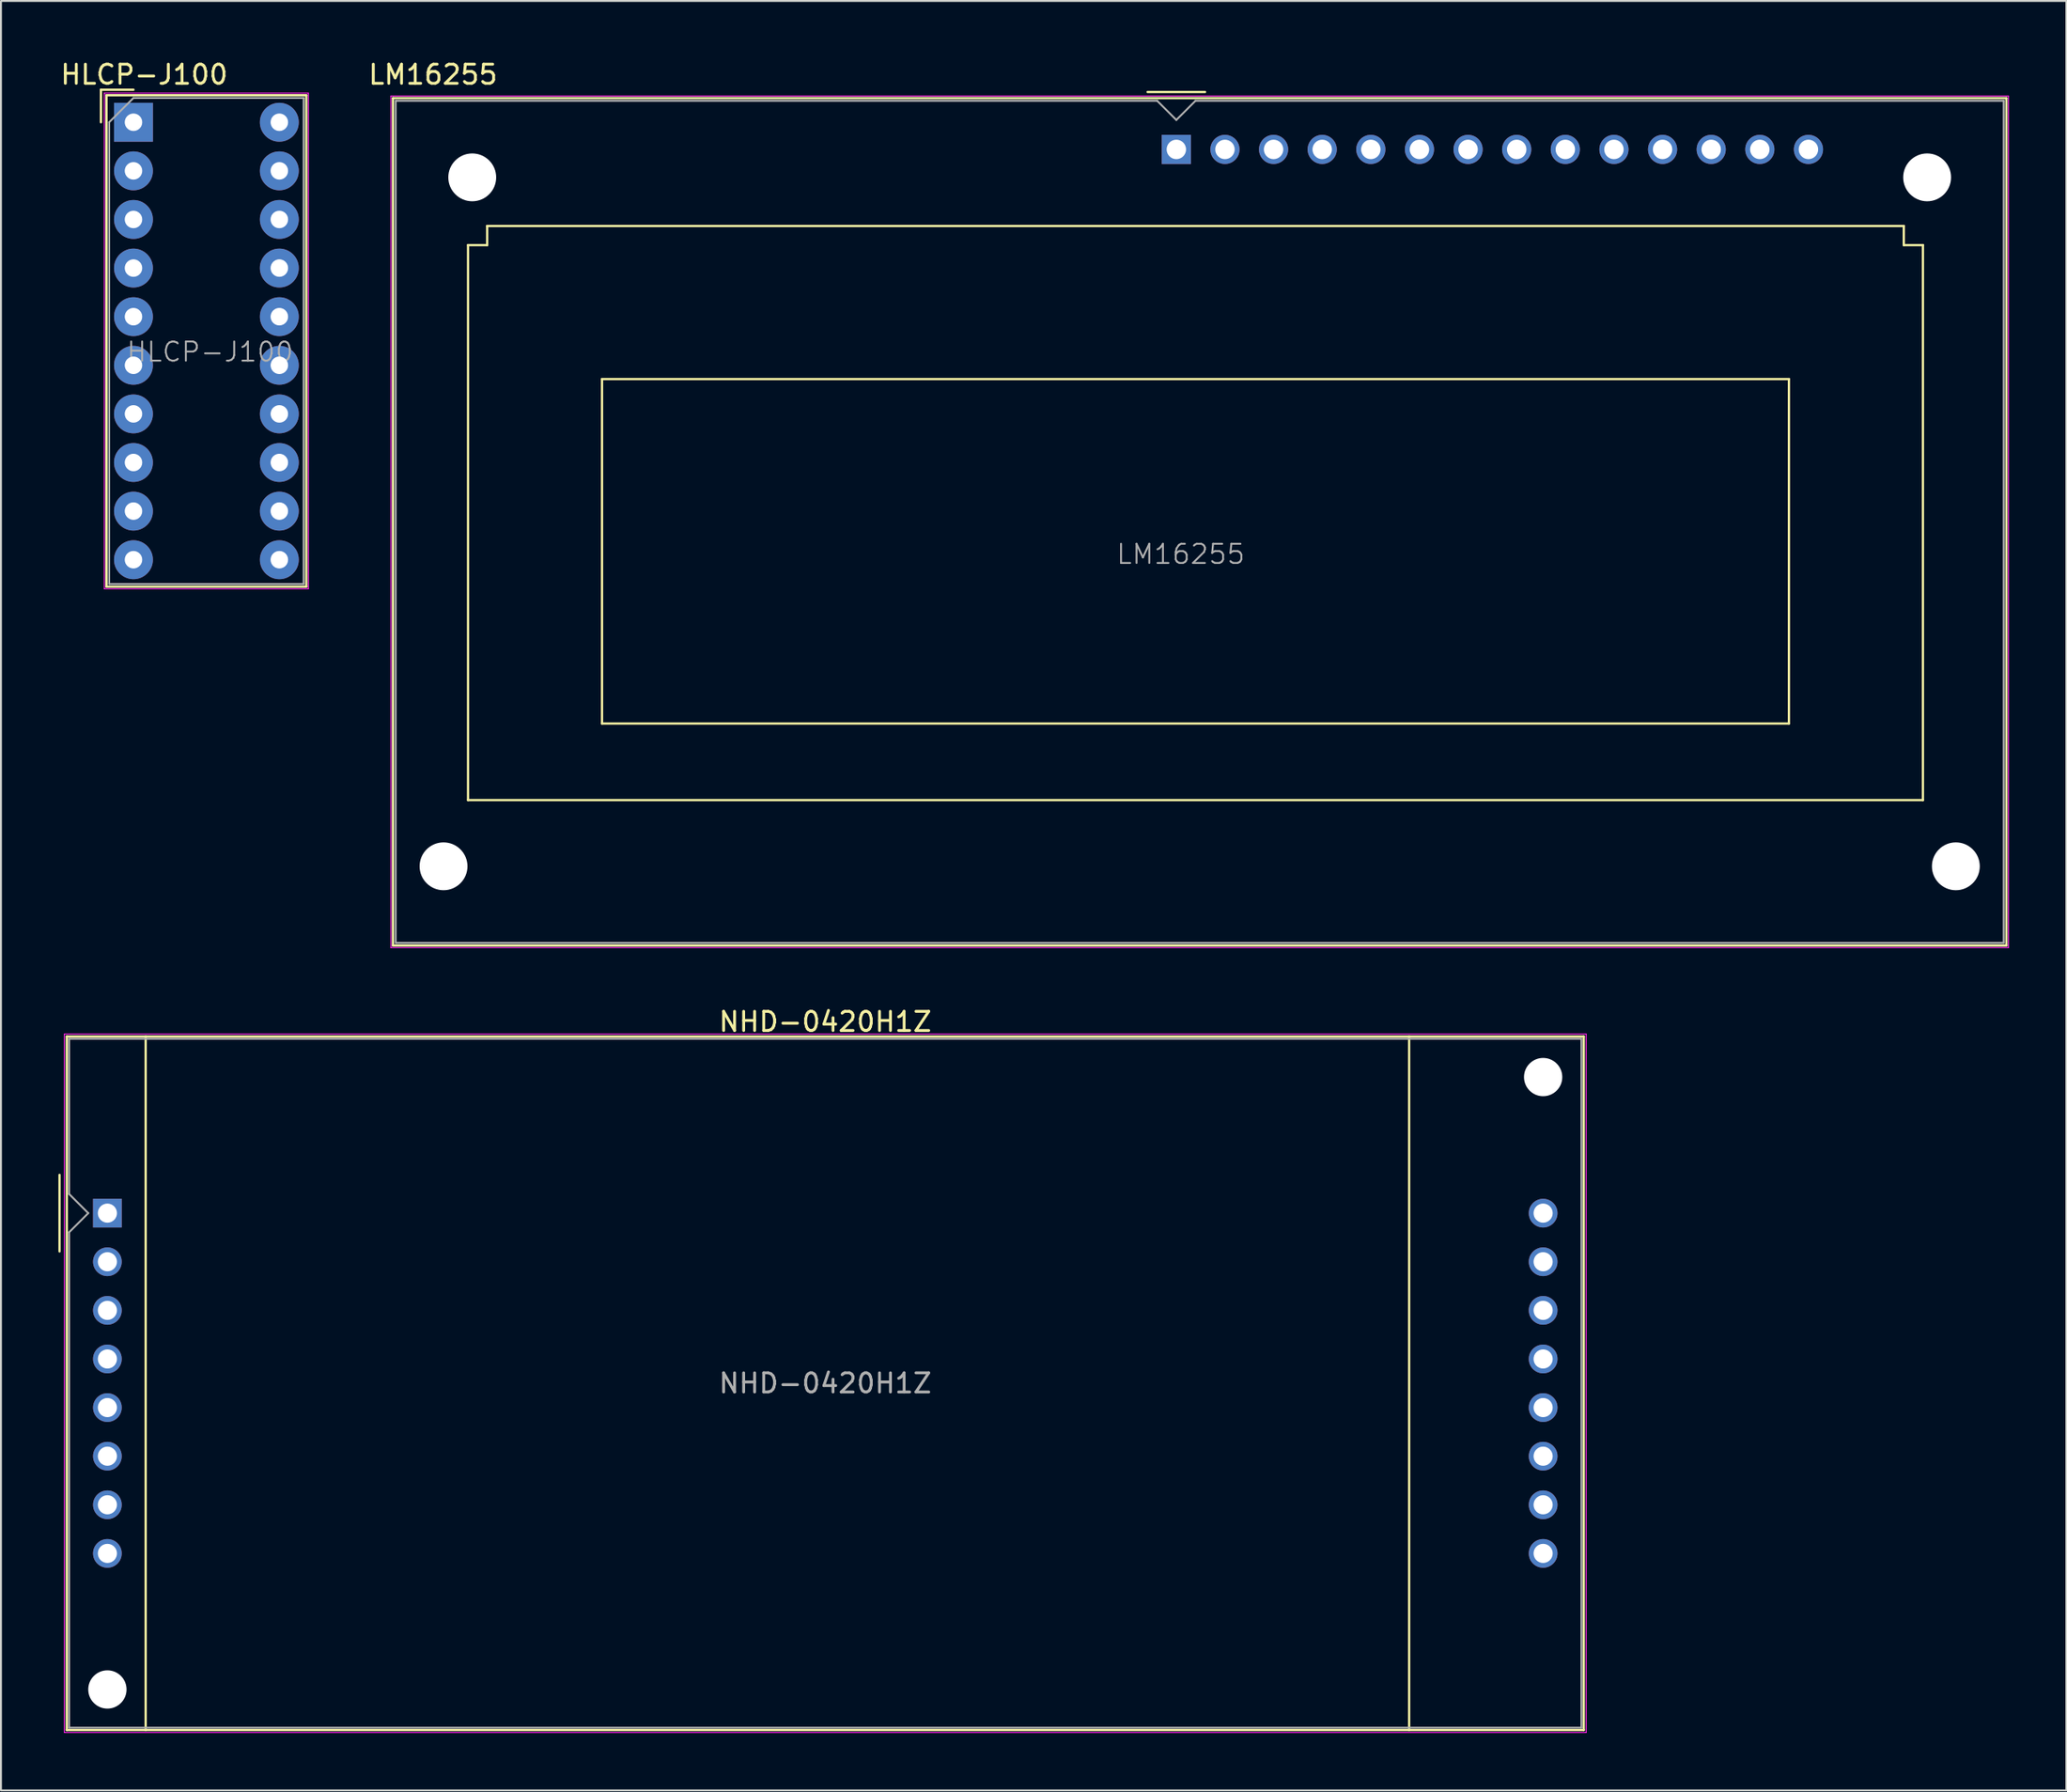
<source format=kicad_pcb>
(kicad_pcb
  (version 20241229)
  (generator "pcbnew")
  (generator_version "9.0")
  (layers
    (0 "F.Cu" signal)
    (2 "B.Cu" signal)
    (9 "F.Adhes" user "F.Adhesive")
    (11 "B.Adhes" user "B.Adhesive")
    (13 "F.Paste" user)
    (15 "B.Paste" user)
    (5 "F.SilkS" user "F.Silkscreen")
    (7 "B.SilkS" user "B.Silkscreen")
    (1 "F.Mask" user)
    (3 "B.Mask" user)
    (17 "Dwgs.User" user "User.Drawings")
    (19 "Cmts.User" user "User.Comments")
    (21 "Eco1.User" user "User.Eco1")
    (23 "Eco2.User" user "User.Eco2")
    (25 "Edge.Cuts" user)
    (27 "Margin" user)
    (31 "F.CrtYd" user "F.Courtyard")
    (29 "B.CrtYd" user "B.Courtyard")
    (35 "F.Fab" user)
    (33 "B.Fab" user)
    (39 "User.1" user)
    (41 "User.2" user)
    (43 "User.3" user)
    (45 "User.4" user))
  (footprint "HLCP-J100"
    (layer "F.Cu")
    (at 3.922 3.338)
    (property "Reference" "HLCP-J100" (at 0.56 -2.49 0) (layer "F.SilkS") (effects (font (size 1 1) (thickness 0.15))))
    (attr through_hole)
    (fp_line (start -1.7 -1.7) (end -1.7 0) (stroke (width 0.12) (type solid)) (layer "F.SilkS"))
    (fp_line (start -1.41 -1.41) (end 9.03 -1.41) (stroke (width 0.12) (type solid)) (layer "F.SilkS"))
    (fp_line (start -1.41 24.27) (end -1.41 -1.41) (stroke (width 0.12) (type solid)) (layer "F.SilkS"))
    (fp_line (start 0 -1.7) (end -1.7 -1.7) (stroke (width 0.12) (type solid)) (layer "F.SilkS"))
    (fp_line (start 9.03 -1.41) (end 9.03 24.27) (stroke (width 0.12) (type solid)) (layer "F.SilkS"))
    (fp_line (start 9.03 24.27) (end -1.41 24.27) (stroke (width 0.12) (type solid)) (layer "F.SilkS"))
    (fp_line (start -1.52 -1.52) (end -1.52 24.38) (stroke (width 0.05) (type solid)) (layer "F.CrtYd"))
    (fp_line (start -1.52 -1.52) (end 9.14 -1.52) (stroke (width 0.05) (type solid)) (layer "F.CrtYd"))
    (fp_line (start -1.52 24.38) (end 9.14 24.38) (stroke (width 0.05) (type solid)) (layer "F.CrtYd"))
    (fp_line (start 9.14 24.38) (end 9.14 -1.52) (stroke (width 0.05) (type solid)) (layer "F.CrtYd"))
    (fp_line (start -1.27 0) (end -1.27 24.13) (stroke (width 0.1) (type solid)) (layer "F.Fab"))
    (fp_line (start -1.27 24.13) (end 8.89 24.13) (stroke (width 0.1) (type solid)) (layer "F.Fab"))
    (fp_line (start 0 -1.27) (end -1.27 0) (stroke (width 0.1) (type solid)) (layer "F.Fab"))
    (fp_line (start 0 -1.27) (end 8.89 -1.27) (stroke (width 0.1) (type solid)) (layer "F.Fab"))
    (fp_line (start 8.89 -1.27) (end 8.89 24.13) (stroke (width 0.1) (type solid)) (layer "F.Fab"))
    (fp_text user "${REFERENCE}" (at 4 12 0) (layer "F.Fab") (effects (font (size 1 1) (thickness 0.1))))
    (pad "1" thru_hole rect (at 0 0 270) (size 2.032 2.032) (drill 0.914) (layers "*.Cu" "*.Mask"))
    (pad "2" thru_hole circle (at 0 2.54 270) (size 2.032 2.032) (drill 0.914) (layers "*.Cu" "*.Mask"))
    (pad "3" thru_hole circle (at 0 5.08 270) (size 2.032 2.032) (drill 0.914) (layers "*.Cu" "*.Mask"))
    (pad "4" thru_hole circle (at 0 7.62 270) (size 2.032 2.032) (drill 0.914) (layers "*.Cu" "*.Mask"))
    (pad "5" thru_hole circle (at 0 10.16 270) (size 2.032 2.032) (drill 0.914) (layers "*.Cu" "*.Mask"))
    (pad "6" thru_hole circle (at 0 12.7 270) (size 2.032 2.032) (drill 0.914) (layers "*.Cu" "*.Mask"))
    (pad "7" thru_hole circle (at 0 15.24 270) (size 2.032 2.032) (drill 0.914) (layers "*.Cu" "*.Mask"))
    (pad "8" thru_hole circle (at 0 17.78 270) (size 2.032 2.032) (drill 0.914) (layers "*.Cu" "*.Mask"))
    (pad "9" thru_hole circle (at 0 20.32 270) (size 2.032 2.032) (drill 0.914) (layers "*.Cu" "*.Mask"))
    (pad "10" thru_hole circle (at 0 22.86 270) (size 2.032 2.032) (drill 0.914) (layers "*.Cu" "*.Mask"))
    (pad "11" thru_hole circle (at 7.62 22.86 270) (size 2.032 2.032) (drill 0.914) (layers "*.Cu" "*.Mask"))
    (pad "12" thru_hole circle (at 7.62 20.32 270) (size 2.032 2.032) (drill 0.914) (layers "*.Cu" "*.Mask"))
    (pad "13" thru_hole circle (at 7.62 17.78 270) (size 2.032 2.032) (drill 0.914) (layers "*.Cu" "*.Mask"))
    (pad "14" thru_hole circle (at 7.62 15.24 270) (size 2.032 2.032) (drill 0.914) (layers "*.Cu" "*.Mask"))
    (pad "15" thru_hole circle (at 7.62 12.7 270) (size 2.032 2.032) (drill 0.914) (layers "*.Cu" "*.Mask"))
    (pad "16" thru_hole circle (at 7.62 10.16 270) (size 2.032 2.032) (drill 0.914) (layers "*.Cu" "*.Mask"))
    (pad "17" thru_hole circle (at 7.62 7.62 270) (size 2.032 2.032) (drill 0.914) (layers "*.Cu" "*.Mask"))
    (pad "18" thru_hole circle (at 7.62 5.08 270) (size 2.032 2.032) (drill 0.914) (layers "*.Cu" "*.Mask"))
    (pad "19" thru_hole circle (at 7.62 2.54 270) (size 2.032 2.032) (drill 0.914) (layers "*.Cu" "*.Mask"))
    (pad "20" thru_hole circle (at 7.62 0 270) (size 2.032 2.032) (drill 0.914) (layers "*.Cu" "*.Mask")))
  (footprint "LM16255"
    (layer "F.Cu")
    (at 58.399 4.758)
    (property "Reference" "LM16255" (at -38.83 -3.91 0) (layer "F.SilkS") (effects (font (size 1 1) (thickness 0.15))))
    (attr through_hole)
    (fp_line (start -40.92 -2.68) (end 43.36 -2.68) (stroke (width 0.12) (type solid)) (layer "F.SilkS"))
    (fp_line (start -40.92 41.6) (end -40.92 -2.68) (stroke (width 0.12) (type solid)) (layer "F.SilkS"))
    (fp_line (start -37 5) (end -36 5) (stroke (width 0.12) (type solid)) (layer "F.SilkS"))
    (fp_line (start -37 34) (end -37 5) (stroke (width 0.12) (type solid)) (layer "F.SilkS"))
    (fp_line (start -36 4) (end 38 4) (stroke (width 0.12) (type solid)) (layer "F.SilkS"))
    (fp_line (start -36 5) (end -36 4) (stroke (width 0.12) (type solid)) (layer "F.SilkS"))
    (fp_line (start -30 12) (end 32 12) (stroke (width 0.12) (type solid)) (layer "F.SilkS"))
    (fp_line (start -30 30) (end -30 12) (stroke (width 0.12) (type solid)) (layer "F.SilkS"))
    (fp_line (start -1.5 -3) (end 1.5 -3) (stroke (width 0.12) (type solid)) (layer "F.SilkS"))
    (fp_line (start 32 12) (end 32 30) (stroke (width 0.12) (type solid)) (layer "F.SilkS"))
    (fp_line (start 32 30) (end -30 30) (stroke (width 0.12) (type solid)) (layer "F.SilkS"))
    (fp_line (start 38 4) (end 38 5) (stroke (width 0.12) (type solid)) (layer "F.SilkS"))
    (fp_line (start 38 5) (end 39 5) (stroke (width 0.12) (type solid)) (layer "F.SilkS"))
    (fp_line (start 39 5) (end 39 34) (stroke (width 0.12) (type solid)) (layer "F.SilkS"))
    (fp_line (start 39 34) (end -37 34) (stroke (width 0.12) (type solid)) (layer "F.SilkS"))
    (fp_line (start 43.36 -2.68) (end 43.36 41.6) (stroke (width 0.12) (type solid)) (layer "F.SilkS"))
    (fp_line (start 43.36 41.6) (end -40.92 41.6) (stroke (width 0.12) (type solid)) (layer "F.SilkS"))
    (fp_line (start -41.03 -2.79) (end 43.47 -2.79) (stroke (width 0.05) (type solid)) (layer "F.CrtYd"))
    (fp_line (start -41.03 41.71) (end -41.03 -2.79) (stroke (width 0.05) (type solid)) (layer "F.CrtYd"))
    (fp_line (start 43.47 -2.79) (end 43.47 41.71) (stroke (width 0.05) (type solid)) (layer "F.CrtYd"))
    (fp_line (start 43.47 41.71) (end -41.03 41.71) (stroke (width 0.05) (type solid)) (layer "F.CrtYd"))
    (fp_line (start -40.78 -2.54) (end -40.78 41.46) (stroke (width 0.1) (type solid)) (layer "F.Fab"))
    (fp_line (start -40.78 41.46) (end 43.22 41.46) (stroke (width 0.1) (type solid)) (layer "F.Fab"))
    (fp_line (start -1 -2.54) (end -40.78 -2.54) (stroke (width 0.1) (type solid)) (layer "F.Fab"))
    (fp_line (start 0 -1.54) (end -1 -2.54) (stroke (width 0.1) (type solid)) (layer "F.Fab"))
    (fp_line (start 1 -2.54) (end 0 -1.54) (stroke (width 0.1) (type solid)) (layer "F.Fab"))
    (fp_line (start 1 -2.54) (end 43.22 -2.54) (stroke (width 0.1) (type solid)) (layer "F.Fab"))
    (fp_line (start 43.22 -2.54) (end 43.22 41.46) (stroke (width 0.1) (type solid)) (layer "F.Fab"))
    (fp_text user "${REFERENCE}" (at 0.23 21.15 0) (layer "F.Fab") (effects (font (size 1 1) (thickness 0.1))))
    (pad "" np_thru_hole circle (at -38.28 37.46 180) (size 2.5 2.5) (drill 2.5) (layers "*.Cu" "*.Mask"))
    (pad "" np_thru_hole circle (at -36.78 1.46 180) (size 2.5 2.5) (drill 2.5) (layers "*.Cu" "*.Mask"))
    (pad "" np_thru_hole circle (at 39.22 1.46 180) (size 2.5 2.5) (drill 2.5) (layers "*.Cu" "*.Mask"))
    (pad "" np_thru_hole circle (at 40.72 37.46 180) (size 2.5 2.5) (drill 2.5) (layers "*.Cu" "*.Mask"))
    (pad "1" thru_hole rect (at 0 0 180) (size 1.524 1.524) (drill 1.016) (layers "*.Cu" "*.Mask"))
    (pad "2" thru_hole circle (at 2.54 0 180) (size 1.524 1.524) (drill 1.016) (layers "*.Cu" "*.Mask"))
    (pad "3" thru_hole circle (at 5.08 0 180) (size 1.524 1.524) (drill 1.016) (layers "*.Cu" "*.Mask"))
    (pad "4" thru_hole circle (at 7.62 0 180) (size 1.524 1.524) (drill 1.016) (layers "*.Cu" "*.Mask"))
    (pad "5" thru_hole circle (at 10.16 0 180) (size 1.524 1.524) (drill 1.016) (layers "*.Cu" "*.Mask"))
    (pad "6" thru_hole circle (at 12.7 0 180) (size 1.524 1.524) (drill 1.016) (layers "*.Cu" "*.Mask"))
    (pad "7" thru_hole circle (at 15.24 0 180) (size 1.524 1.524) (drill 1.016) (layers "*.Cu" "*.Mask"))
    (pad "8" thru_hole circle (at 17.78 0 180) (size 1.524 1.524) (drill 1.016) (layers "*.Cu" "*.Mask"))
    (pad "9" thru_hole circle (at 20.32 0 180) (size 1.524 1.524) (drill 1.016) (layers "*.Cu" "*.Mask"))
    (pad "10" thru_hole circle (at 22.86 0 180) (size 1.524 1.524) (drill 1.016) (layers "*.Cu" "*.Mask"))
    (pad "11" thru_hole circle (at 25.4 0 180) (size 1.524 1.524) (drill 1.016) (layers "*.Cu" "*.Mask"))
    (pad "12" thru_hole circle (at 27.94 0 180) (size 1.524 1.524) (drill 1.016) (layers "*.Cu" "*.Mask"))
    (pad "13" thru_hole circle (at 30.48 0 180) (size 1.524 1.524) (drill 1.016) (layers "*.Cu" "*.Mask"))
    (pad "14" thru_hole circle (at 33.02 0 180) (size 1.524 1.524) (drill 1.016) (layers "*.Cu" "*.Mask")))
  (footprint "NHD-0420H1Z"
    (layer "F.Cu")
    (at 2.56 60.342)
    (property "Reference" "NHD-0420H1Z" (at 37.5 -10 0) (layer "F.SilkS") (effects (font (size 1 1) (thickness 0.15))))
    (attr through_hole)
    (fp_line (start -2.5 -2) (end -2.5 2) (stroke (width 0.12) (type solid)) (layer "F.SilkS"))
    (fp_line (start -2.12 -9.23) (end 77.12 -9.23) (stroke (width 0.12) (type solid)) (layer "F.SilkS"))
    (fp_line (start -2.12 27.01) (end -2.12 -9.23) (stroke (width 0.12) (type solid)) (layer "F.SilkS"))
    (fp_line (start 2 27.01) (end 2 -9.23) (stroke (width 0.12) (type solid)) (layer "F.SilkS"))
    (fp_line (start 68 -9.23) (end 68 27.01) (stroke (width 0.12) (type solid)) (layer "F.SilkS"))
    (fp_line (start 77.12 -9.23) (end 77.12 27.01) (stroke (width 0.12) (type solid)) (layer "F.SilkS"))
    (fp_line (start 77.12 27.01) (end -2.12 27.01) (stroke (width 0.12) (type solid)) (layer "F.SilkS"))
    (fp_line (start -2.25 -9.36) (end 77.25 -9.36) (stroke (width 0.05) (type solid)) (layer "F.CrtYd"))
    (fp_line (start -2.25 27.14) (end -2.25 -9.36) (stroke (width 0.05) (type solid)) (layer "F.CrtYd"))
    (fp_line (start 77.25 -9.36) (end 77.25 27.14) (stroke (width 0.05) (type solid)) (layer "F.CrtYd"))
    (fp_line (start 77.25 27.14) (end -2.25 27.14) (stroke (width 0.05) (type solid)) (layer "F.CrtYd"))
    (fp_line (start -2 -9.11) (end 77 -9.11) (stroke (width 0.1) (type solid)) (layer "F.Fab"))
    (fp_line (start -2 -1) (end -2 -9.11) (stroke (width 0.1) (type solid)) (layer "F.Fab"))
    (fp_line (start -2 1) (end -1 0) (stroke (width 0.1) (type solid)) (layer "F.Fab"))
    (fp_line (start -2 26.89) (end -2 1) (stroke (width 0.1) (type solid)) (layer "F.Fab"))
    (fp_line (start -1 0) (end -2 -1) (stroke (width 0.1) (type solid)) (layer "F.Fab"))
    (fp_line (start 77 -9.11) (end 77 26.89) (stroke (width 0.1) (type solid)) (layer "F.Fab"))
    (fp_line (start 77 26.89) (end -2 26.89) (stroke (width 0.1) (type solid)) (layer "F.Fab"))
    (fp_text user "${REFERENCE}" (at 37.5 8.89 0) (layer "F.Fab") (effects (font (size 1 1) (thickness 0.15))))
    (pad "" np_thru_hole circle (at 0 24.89) (size 2 2) (drill 2) (layers "*.Cu" "*.Mask"))
    (pad "" np_thru_hole circle (at 75 -7.11) (size 2 2) (drill 2) (layers "*.Cu" "*.Mask"))
    (pad "1" thru_hole rect (at 0 0) (size 1.5 1.5) (drill 1) (layers "*.Cu" "*.Mask"))
    (pad "2" thru_hole circle (at 0 2.54) (size 1.5 1.5) (drill 1) (layers "*.Cu" "*.Mask"))
    (pad "3" thru_hole circle (at 0 5.08) (size 1.5 1.5) (drill 1) (layers "*.Cu" "*.Mask"))
    (pad "4" thru_hole circle (at 0 7.62) (size 1.5 1.5) (drill 1) (layers "*.Cu" "*.Mask"))
    (pad "5" thru_hole circle (at 0 10.16) (size 1.5 1.5) (drill 1) (layers "*.Cu" "*.Mask"))
    (pad "6" thru_hole circle (at 0 12.7) (size 1.5 1.5) (drill 1) (layers "*.Cu" "*.Mask"))
    (pad "7" thru_hole circle (at 0 15.24) (size 1.5 1.5) (drill 1) (layers "*.Cu" "*.Mask"))
    (pad "8" thru_hole circle (at 0 17.78) (size 1.5 1.5) (drill 1) (layers "*.Cu" "*.Mask"))
    (pad "9" thru_hole circle (at 75 0) (size 1.5 1.5) (drill 1) (layers "*.Cu" "*.Mask"))
    (pad "10" thru_hole circle (at 75 2.54) (size 1.5 1.5) (drill 1) (layers "*.Cu" "*.Mask"))
    (pad "11" thru_hole circle (at 75 5.08) (size 1.5 1.5) (drill 1) (layers "*.Cu" "*.Mask"))
    (pad "12" thru_hole circle (at 75 7.62) (size 1.5 1.5) (drill 1) (layers "*.Cu" "*.Mask"))
    (pad "13" thru_hole circle (at 75 10.16) (size 1.5 1.5) (drill 1) (layers "*.Cu" "*.Mask"))
    (pad "13" thru_hole circle (at 75 15.24) (size 1.5 1.5) (drill 1) (layers "*.Cu" "*.Mask"))
    (pad "14" thru_hole circle (at 75 12.7) (size 1.5 1.5) (drill 1) (layers "*.Cu" "*.Mask"))
    (pad "14" thru_hole circle (at 75 17.78) (size 1.5 1.5) (drill 1) (layers "*.Cu" "*.Mask")))
  (gr_rect
    (start -3 -3)
    (end 104.894 90.507)
    (stroke (width 0.1) (type default))
    (fill no)
    (layer "Edge.Cuts")))
</source>
